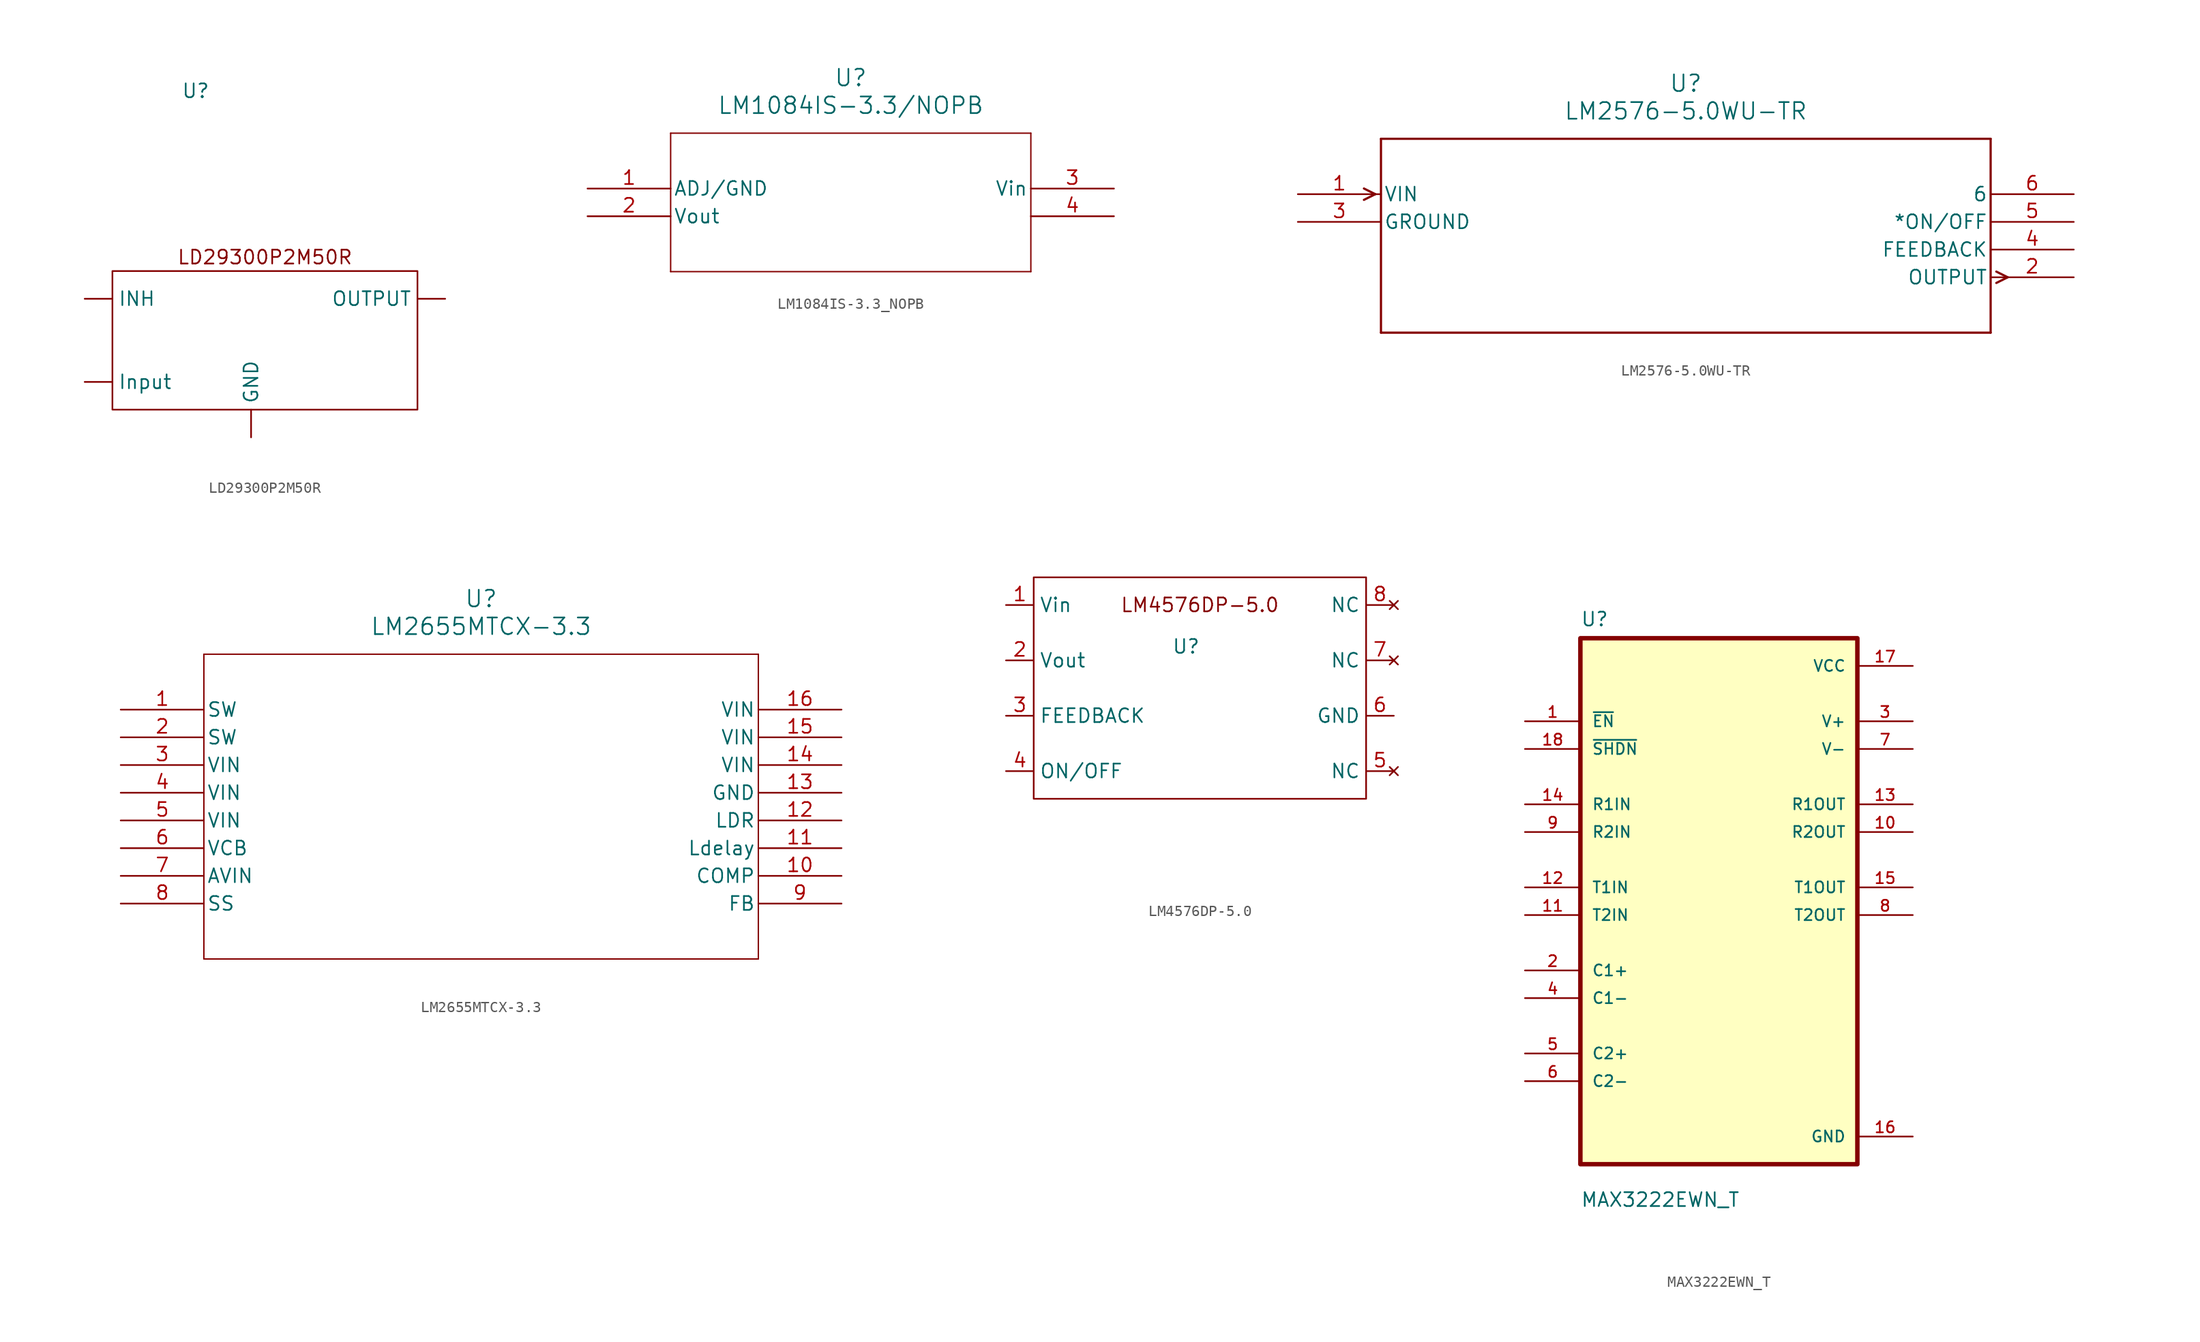
<source format=kicad_sym>
(kicad_symbol_lib
  (version 20220914)
  (generator kicad_symbol_editor)
  (symbol "LD29300P2M50R"
    (property "Reference" "U"
      (at 0 0 0)
      (effects (font (size 1.27 1.27))))
    (property "Value" ""
      (at 0 0 0)
      (effects (font (size 1.27 1.27))))
    (symbol "LD29300P2M50R_0_1"
      (rectangle (start -7.62 -16.51) (end 20.32 -29.21) (stroke (width 0) (type default)) (fill (type none))))
    (symbol "LD29300P2M50R_1_1"
      (text "LD29300P2M50R" (at 6.35 -15.24 0) (effects (font (size 1.27 1.27))))
      (pin input line (at 5.08 -31.75 90) (length 2.54) (name "GND" (effects (font (size 1.27 1.27)))) (number "" (effects (font (size 1.27 1.27)))))
      (pin input line (at -10.16 -19.05 0) (length 2.54) (name "INH" (effects (font (size 1.27 1.27)))) (number "" (effects (font (size 1.27 1.27)))))
      (pin input line (at -10.16 -26.67 0) (length 2.54) (name "Input" (effects (font (size 1.27 1.27)))) (number "" (effects (font (size 1.27 1.27)))))
      (pin output line (at 22.86 -19.05 180) (length 2.54) (name "OUTPUT" (effects (font (size 1.27 1.27)))) (number "" (effects (font (size 1.27 1.27)))))))
  (symbol "LM1084IS-3.3_NOPB"
    (pin_names
      (offset 0.254))
    (property "Reference" "U"
      (at 24.13 10.16 0)
      (effects (font (size 1.524 1.524))))
    (property "Value" "LM1084IS-3.3/NOPB"
      (at 24.13 7.62 0)
      (effects (font (size 1.524 1.524))))
    (property "ki_locked" ""
      (at 0 0 0)
      (effects (font (size 1.27 1.27))))
    (symbol "LM1084IS-3.3_NOPB_0_1"
      (polyline (pts (xy 7.62 -7.62) (xy 40.64 -7.62)) (stroke (width 0.127) (type default)) (fill (type none)))
      (polyline (pts (xy 7.62 5.08) (xy 7.62 -7.62)) (stroke (width 0.127) (type default)) (fill (type none)))
      (polyline (pts (xy 40.64 -7.62) (xy 40.64 5.08)) (stroke (width 0.127) (type default)) (fill (type none)))
      (polyline (pts (xy 40.64 5.08) (xy 7.62 5.08)) (stroke (width 0.127) (type default)) (fill (type none)))
      (pin passive line (at 0 0 0) (length 7.62) (name "ADJ/GND" (effects (font (size 1.27 1.27)))) (number "1" (effects (font (size 1.27 1.27)))))
      (pin output line (at 0 -2.54 0) (length 7.62) (name "Vout" (effects (font (size 1.27 1.27)))) (number "2" (effects (font (size 1.27 1.27)))))
      (pin input line (at 48.26 0 180) (length 7.62) (name "Vin" (effects (font (size 1.27 1.27)))) (number "3" (effects (font (size 1.27 1.27)))))
      (pin unspecified line (at 48.26 -2.54 180) (length 7.62) (name "" (effects (font (size 1.27 1.27)))) (number "4" (effects (font (size 1.27 1.27)))))))
  (symbol "LM2576-5.0WU-TR"
    (pin_names
      (offset 0.254))
    (property "Reference" "U"
      (at 35.56 10.16 0)
      (effects (font (size 1.524 1.524))))
    (property "Value" "LM2576-5.0WU-TR"
      (at 35.56 7.62 0)
      (effects (font (size 1.524 1.524))))
    (property "ki_locked" ""
      (at 0 0 0)
      (effects (font (size 1.27 1.27))))
    (symbol "LM2576-5.0WU-TR_0_1"
      (polyline (pts (xy 7.099 0) (xy 6.058 -0.521)) (stroke (width 0.203) (type default)) (fill (type none)))
      (polyline (pts (xy 7.099 0) (xy 6.058 0.521)) (stroke (width 0.203) (type default)) (fill (type none)))
      (polyline (pts (xy 7.62 -12.7) (xy 63.5 -12.7)) (stroke (width 0.203) (type default)) (fill (type none)))
      (polyline (pts (xy 7.62 5.08) (xy 7.62 -12.7)) (stroke (width 0.203) (type default)) (fill (type none)))
      (polyline (pts (xy 63.5 -12.7) (xy 63.5 5.08)) (stroke (width 0.203) (type default)) (fill (type none)))
      (polyline (pts (xy 63.5 5.08) (xy 7.62 5.08)) (stroke (width 0.203) (type default)) (fill (type none)))
      (polyline (pts (xy 64.021 -8.141) (xy 65.062 -7.62)) (stroke (width 0.203) (type default)) (fill (type none)))
      (polyline (pts (xy 64.021 -7.099) (xy 65.062 -7.62)) (stroke (width 0.203) (type default)) (fill (type none)))
      (pin input line (at 0 0 0) (length 7.62) (name "VIN" (effects (font (size 1.27 1.27)))) (number "1" (effects (font (size 1.27 1.27)))))
      (pin output line (at 71.12 -7.62 180) (length 7.62) (name "OUTPUT" (effects (font (size 1.27 1.27)))) (number "2" (effects (font (size 1.27 1.27)))))
      (pin power_in line (at 0 -2.54 0) (length 7.62) (name "GROUND" (effects (font (size 1.27 1.27)))) (number "3" (effects (font (size 1.27 1.27)))))
      (pin unspecified line (at 71.12 -5.08 180) (length 7.62) (name "FEEDBACK" (effects (font (size 1.27 1.27)))) (number "4" (effects (font (size 1.27 1.27)))))
      (pin unspecified line (at 71.12 -2.54 180) (length 7.62) (name "*ON/OFF" (effects (font (size 1.27 1.27)))) (number "5" (effects (font (size 1.27 1.27)))))
      (pin unspecified line (at 71.12 0 180) (length 7.62) (name "6" (effects (font (size 1.27 1.27)))) (number "6" (effects (font (size 1.27 1.27)))))))
  (symbol "LM2655MTCX-3.3"
    (pin_names
      (offset 0.254))
    (property "Reference" "U"
      (at 33.02 10.16 0)
      (effects (font (size 1.524 1.524))))
    (property "Value" "LM2655MTCX-3.3"
      (at 33.02 7.62 0)
      (effects (font (size 1.524 1.524))))
    (property "ki_locked" ""
      (at 0 0 0)
      (effects (font (size 1.27 1.27))))
    (symbol "LM2655MTCX-3.3_0_1"
      (polyline (pts (xy 7.62 -22.86) (xy 58.42 -22.86)) (stroke (width 0.127) (type default)) (fill (type none)))
      (polyline (pts (xy 7.62 5.08) (xy 7.62 -22.86)) (stroke (width 0.127) (type default)) (fill (type none)))
      (polyline (pts (xy 58.42 -22.86) (xy 58.42 5.08)) (stroke (width 0.127) (type default)) (fill (type none)))
      (polyline (pts (xy 58.42 5.08) (xy 7.62 5.08)) (stroke (width 0.127) (type default)) (fill (type none)))
      (pin output line (at 0 0 0) (length 7.62) (name "SW" (effects (font (size 1.27 1.27)))) (number "1" (effects (font (size 1.27 1.27)))))
      (pin passive line (at 66.04 -15.24 180) (length 7.62) (name "COMP" (effects (font (size 1.27 1.27)))) (number "10" (effects (font (size 1.27 1.27)))))
      (pin passive line (at 66.04 -12.7 180) (length 7.62) (name "Ldelay" (effects (font (size 1.27 1.27)))) (number "11" (effects (font (size 1.27 1.27)))))
      (pin passive line (at 66.04 -10.16 180) (length 7.62) (name "LDR" (effects (font (size 1.27 1.27)))) (number "12" (effects (font (size 1.27 1.27)))))
      (pin passive line (at 66.04 -7.62 180) (length 7.62) (name "GND" (effects (font (size 1.27 1.27)))) (number "13" (effects (font (size 1.27 1.27)))))
      (pin input line (at 66.04 -5.08 180) (length 7.62) (name "VIN" (effects (font (size 1.27 1.27)))) (number "14" (effects (font (size 1.27 1.27)))))
      (pin input line (at 66.04 -2.54 180) (length 7.62) (name "VIN" (effects (font (size 1.27 1.27)))) (number "15" (effects (font (size 1.27 1.27)))))
      (pin input line (at 66.04 0 180) (length 7.62) (name "VIN" (effects (font (size 1.27 1.27)))) (number "16" (effects (font (size 1.27 1.27)))))
      (pin output line (at 0 -2.54 0) (length 7.62) (name "SW" (effects (font (size 1.27 1.27)))) (number "2" (effects (font (size 1.27 1.27)))))
      (pin input line (at 0 -5.08 0) (length 7.62) (name "VIN" (effects (font (size 1.27 1.27)))) (number "3" (effects (font (size 1.27 1.27)))))
      (pin input line (at 0 -7.62 0) (length 7.62) (name "VIN" (effects (font (size 1.27 1.27)))) (number "4" (effects (font (size 1.27 1.27)))))
      (pin input line (at 0 -10.16 0) (length 7.62) (name "VIN" (effects (font (size 1.27 1.27)))) (number "5" (effects (font (size 1.27 1.27)))))
      (pin passive line (at 0 -12.7 0) (length 7.62) (name "VCB" (effects (font (size 1.27 1.27)))) (number "6" (effects (font (size 1.27 1.27)))))
      (pin passive line (at 0 -15.24 0) (length 7.62) (name "AVIN" (effects (font (size 1.27 1.27)))) (number "7" (effects (font (size 1.27 1.27)))))
      (pin passive line (at 0 -17.78 0) (length 7.62) (name "SS" (effects (font (size 1.27 1.27)))) (number "8" (effects (font (size 1.27 1.27)))))
      (pin passive line (at 66.04 -17.78 180) (length 7.62) (name "FB" (effects (font (size 1.27 1.27)))) (number "9" (effects (font (size 1.27 1.27)))))))
  (symbol "LM4576DP-5.0"
    (property "Reference" "U"
      (at -1.27 20.32 0)
      (effects (font (size 1.27 1.27))))
    (property "Value" ""
      (at 0 0 0)
      (effects (font (size 1.27 1.27))))
    (symbol "LM4576DP-5.0_1_1"
      (rectangle (start -15.24 26.67) (end 15.24 6.35) (stroke (width 0) (type default)) (fill (type none)))
      (text "LM4576DP-5.0" (at 0 24.13 0) (effects (font (size 1.27 1.27))))
      (pin input line (at -17.78 24.13 0) (length 2.54) (name "Vin" (effects (font (size 1.27 1.27)))) (number "1" (effects (font (size 1.27 1.27)))))
      (pin output line (at -17.78 19.05 0) (length 2.54) (name "Vout" (effects (font (size 1.27 1.27)))) (number "2" (effects (font (size 1.27 1.27)))))
      (pin input line (at -17.78 13.97 0) (length 2.54) (name "FEEDBACK" (effects (font (size 1.27 1.27)))) (number "3" (effects (font (size 1.27 1.27)))))
      (pin input line (at -17.78 8.89 0) (length 2.54) (name "ON/OFF" (effects (font (size 1.27 1.27)))) (number "4" (effects (font (size 1.27 1.27)))))
      (pin no_connect line (at 17.78 8.89 180) (length 2.54) (name "NC" (effects (font (size 1.27 1.27)))) (number "5" (effects (font (size 1.27 1.27)))))
      (pin input line (at 17.78 13.97 180) (length 2.54) (name "GND" (effects (font (size 1.27 1.27)))) (number "6" (effects (font (size 1.27 1.27)))))
      (pin no_connect line (at 17.78 19.05 180) (length 2.54) (name "NC" (effects (font (size 1.27 1.27)))) (number "7" (effects (font (size 1.27 1.27)))))
      (pin no_connect line (at 17.78 24.13 180) (length 2.54) (name "NC" (effects (font (size 1.27 1.27)))) (number "8" (effects (font (size 1.27 1.27)))))))
  (symbol "MAX3222EWN_T"
    (pin_names
      (offset 1.016))
    (property "Reference" "U"
      (at -12.7 26.4 0)
      (effects (font (size 1.27 1.27)) (justify left bottom)))
    (property "Value" "MAX3222EWN_T"
      (at -12.7 -26.86 0)
      (effects (font (size 1.27 1.27)) (justify left bottom)))
    (symbol "MAX3222EWN_T_0_0"
      (rectangle (start -12.7 -22.86) (end 12.7 25.4) (stroke (width 0.41) (type default)) (fill (type background)))
      (pin input line (at -17.78 17.78 0) (length 5.08) (name "~{EN}" (effects (font (size 1.016 1.016)))) (number "1" (effects (font (size 1.016 1.016)))))
      (pin output line (at 17.78 7.62 180) (length 5.08) (name "R2OUT" (effects (font (size 1.016 1.016)))) (number "10" (effects (font (size 1.016 1.016)))))
      (pin input line (at -17.78 0 0) (length 5.08) (name "T2IN" (effects (font (size 1.016 1.016)))) (number "11" (effects (font (size 1.016 1.016)))))
      (pin input line (at -17.78 2.54 0) (length 5.08) (name "T1IN" (effects (font (size 1.016 1.016)))) (number "12" (effects (font (size 1.016 1.016)))))
      (pin output line (at 17.78 10.16 180) (length 5.08) (name "R1OUT" (effects (font (size 1.016 1.016)))) (number "13" (effects (font (size 1.016 1.016)))))
      (pin input line (at -17.78 10.16 0) (length 5.08) (name "R1IN" (effects (font (size 1.016 1.016)))) (number "14" (effects (font (size 1.016 1.016)))))
      (pin output line (at 17.78 2.54 180) (length 5.08) (name "T1OUT" (effects (font (size 1.016 1.016)))) (number "15" (effects (font (size 1.016 1.016)))))
      (pin power_in line (at 17.78 -20.32 180) (length 5.08) (name "GND" (effects (font (size 1.016 1.016)))) (number "16" (effects (font (size 1.016 1.016)))))
      (pin power_in line (at 17.78 22.86 180) (length 5.08) (name "VCC" (effects (font (size 1.016 1.016)))) (number "17" (effects (font (size 1.016 1.016)))))
      (pin input line (at -17.78 15.24 0) (length 5.08) (name "~{SHDN}" (effects (font (size 1.016 1.016)))) (number "18" (effects (font (size 1.016 1.016)))))
      (pin passive line (at -17.78 -5.08 0) (length 5.08) (name "C1+" (effects (font (size 1.016 1.016)))) (number "2" (effects (font (size 1.016 1.016)))))
      (pin output line (at 17.78 17.78 180) (length 5.08) (name "V+" (effects (font (size 1.016 1.016)))) (number "3" (effects (font (size 1.016 1.016)))))
      (pin passive line (at -17.78 -7.62 0) (length 5.08) (name "C1-" (effects (font (size 1.016 1.016)))) (number "4" (effects (font (size 1.016 1.016)))))
      (pin passive line (at -17.78 -12.7 0) (length 5.08) (name "C2+" (effects (font (size 1.016 1.016)))) (number "5" (effects (font (size 1.016 1.016)))))
      (pin passive line (at -17.78 -15.24 0) (length 5.08) (name "C2-" (effects (font (size 1.016 1.016)))) (number "6" (effects (font (size 1.016 1.016)))))
      (pin output line (at 17.78 15.24 180) (length 5.08) (name "V-" (effects (font (size 1.016 1.016)))) (number "7" (effects (font (size 1.016 1.016)))))
      (pin output line (at 17.78 0 180) (length 5.08) (name "T2OUT" (effects (font (size 1.016 1.016)))) (number "8" (effects (font (size 1.016 1.016)))))
      (pin input line (at -17.78 7.62 0) (length 5.08) (name "R2IN" (effects (font (size 1.016 1.016)))) (number "9" (effects (font (size 1.016 1.016))))))))
</source>
